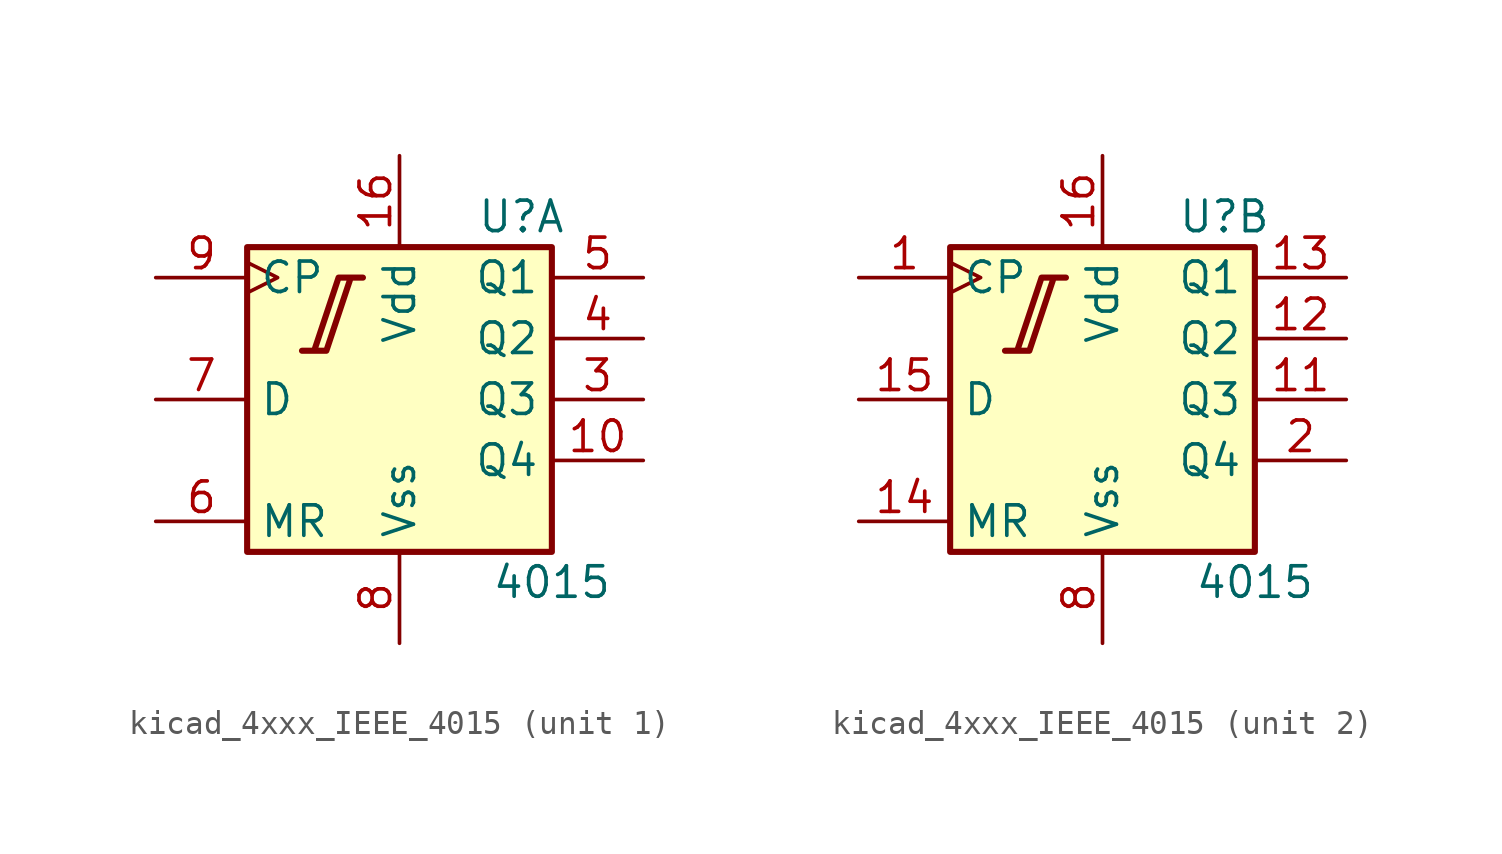
<source format=kicad_sym>
(kicad_symbol_lib
  (version 20220914)
  (generator kicad_symbol_editor)
  (symbol "kicad_4xxx_IEEE_4015"
    (property "Reference" "U"
      (at 5.08 7.62 0)
      (effects (font (size 1.27 1.27))))
    (property "Value" "4015"
      (at 6.35 -7.62 0)
      (effects (font (size 1.27 1.27))))
    (symbol "kicad_4xxx_IEEE_4015_0_1"
      (polyline (pts (xy -4.064 2.032) (xy -3.048 2.032) (xy -2.032 5.08) (xy -1.524 5.08) (xy -2.54 5.08) (xy -3.556 2.032) (xy -3.556 2.032)) (stroke (width 0.254) (type default)) (fill (type background)))
      (rectangle (start 6.35 6.35) (end -6.35 -6.35) (stroke (width 0.254) (type default)) (fill (type background)))
      (pin power_in line (at 0 10.16 270) (length 3.81) (name "Vdd" (effects (font (size 1.27 1.27)))) (number "16" (effects (font (size 1.27 1.27)))))
      (pin power_in line (at 0 -10.16 90) (length 3.81) (name "Vss" (effects (font (size 1.27 1.27)))) (number "8" (effects (font (size 1.27 1.27))))))
    (symbol "kicad_4xxx_IEEE_4015_1_1"
      (pin output line (at 10.16 -2.54 180) (length 3.81) (name "Q4" (effects (font (size 1.27 1.27)))) (number "10" (effects (font (size 1.27 1.27)))))
      (pin output line (at 10.16 0 180) (length 3.81) (name "Q3" (effects (font (size 1.27 1.27)))) (number "3" (effects (font (size 1.27 1.27)))))
      (pin output line (at 10.16 2.54 180) (length 3.81) (name "Q2" (effects (font (size 1.27 1.27)))) (number "4" (effects (font (size 1.27 1.27)))))
      (pin output line (at 10.16 5.08 180) (length 3.81) (name "Q1" (effects (font (size 1.27 1.27)))) (number "5" (effects (font (size 1.27 1.27)))))
      (pin input line (at -10.16 -5.08 0) (length 3.81) (name "MR" (effects (font (size 1.27 1.27)))) (number "6" (effects (font (size 1.27 1.27)))))
      (pin input line (at -10.16 0 0) (length 3.81) (name "D" (effects (font (size 1.27 1.27)))) (number "7" (effects (font (size 1.27 1.27)))))
      (pin input clock (at -10.16 5.08 0) (length 3.81) (name "CP" (effects (font (size 1.27 1.27)))) (number "9" (effects (font (size 1.27 1.27))))))
    (symbol "kicad_4xxx_IEEE_4015_2_1"
      (pin input clock (at -10.16 5.08 0) (length 3.81) (name "CP" (effects (font (size 1.27 1.27)))) (number "1" (effects (font (size 1.27 1.27)))))
      (pin output line (at 10.16 0 180) (length 3.81) (name "Q3" (effects (font (size 1.27 1.27)))) (number "11" (effects (font (size 1.27 1.27)))))
      (pin output line (at 10.16 2.54 180) (length 3.81) (name "Q2" (effects (font (size 1.27 1.27)))) (number "12" (effects (font (size 1.27 1.27)))))
      (pin output line (at 10.16 5.08 180) (length 3.81) (name "Q1" (effects (font (size 1.27 1.27)))) (number "13" (effects (font (size 1.27 1.27)))))
      (pin input line (at -10.16 -5.08 0) (length 3.81) (name "MR" (effects (font (size 1.27 1.27)))) (number "14" (effects (font (size 1.27 1.27)))))
      (pin input line (at -10.16 0 0) (length 3.81) (name "D" (effects (font (size 1.27 1.27)))) (number "15" (effects (font (size 1.27 1.27)))))
      (pin output line (at 10.16 -2.54 180) (length 3.81) (name "Q4" (effects (font (size 1.27 1.27)))) (number "2" (effects (font (size 1.27 1.27))))))))
</source>
